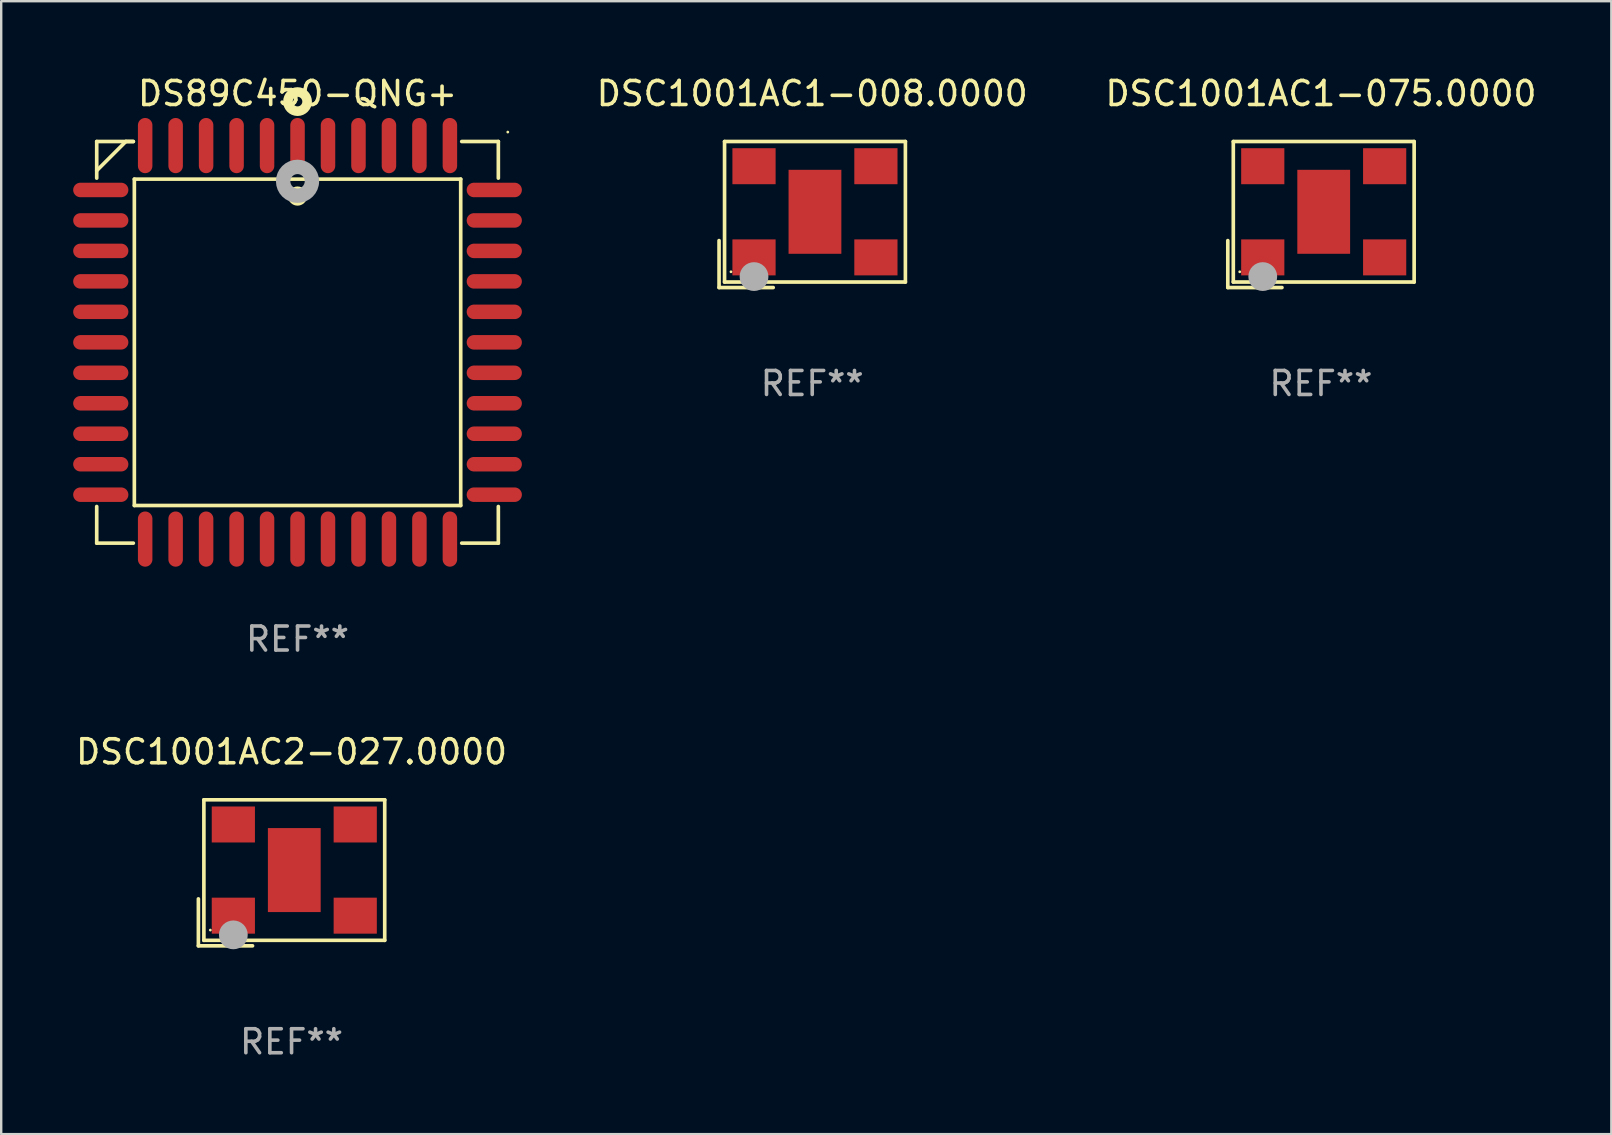
<source format=kicad_pcb>
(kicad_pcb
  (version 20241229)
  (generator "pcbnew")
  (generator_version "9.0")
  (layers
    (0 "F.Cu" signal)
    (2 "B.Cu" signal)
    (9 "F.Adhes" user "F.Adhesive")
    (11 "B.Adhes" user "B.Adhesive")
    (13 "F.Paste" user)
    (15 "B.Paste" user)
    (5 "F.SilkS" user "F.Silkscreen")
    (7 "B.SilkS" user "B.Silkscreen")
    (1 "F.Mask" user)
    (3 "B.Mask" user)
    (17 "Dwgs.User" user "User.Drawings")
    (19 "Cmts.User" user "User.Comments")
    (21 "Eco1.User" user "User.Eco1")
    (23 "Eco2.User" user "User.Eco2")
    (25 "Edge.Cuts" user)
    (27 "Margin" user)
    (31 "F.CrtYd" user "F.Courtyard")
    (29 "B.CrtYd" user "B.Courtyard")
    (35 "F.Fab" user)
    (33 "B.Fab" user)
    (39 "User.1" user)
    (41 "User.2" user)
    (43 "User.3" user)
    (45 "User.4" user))
  (footprint "DSC1001AC1-075.0000"
    (layer "F.Cu")
    (at 52.004 5.891)
    (property "Reference" "DSC1001AC1-075.0000" (at 0 -5.043 0) (layer "F.SilkS") (effects (font (size 1 1) (thickness 0.15))))
    (attr through_hole)
    (fp_line (start -3.883 1.086) (end -3.883 3.043) (stroke (width 0.152) (type solid)) (layer "F.SilkS"))
    (fp_line (start -3.883 3.043) (end -1.626 3.043) (stroke (width 0.152) (type solid)) (layer "F.SilkS"))
    (fp_line (start -3.654 -3.043) (end 3.883 -3.043) (stroke (width 0.152) (type solid)) (layer "F.SilkS"))
    (fp_line (start -3.654 2.814) (end -3.654 -3.043) (stroke (width 0.152) (type solid)) (layer "F.SilkS"))
    (fp_line (start 3.883 -3.043) (end 3.883 2.814) (stroke (width 0.152) (type solid)) (layer "F.SilkS"))
    (fp_line (start 3.883 2.814) (end -3.654 2.814) (stroke (width 0.152) (type solid)) (layer "F.SilkS"))
    (fp_circle (center -3.386 2.386) (end -3.356 2.386) (stroke (width 0.06) (type solid)) (fill no) (layer "F.SilkS"))
    (fp_circle (center -2.426 2.586) (end -2.126 2.586) (stroke (width 0.6) (type solid)) (fill no) (layer "F.Fab"))
    (fp_text user "REF**" (at 0 7.043 0) (layer "F.Fab") (effects (font (size 1 1) (thickness 0.15))))
    (pad "1" smd rect (at -2.426 1.786) (size 1.8 1.5) (layers "F.Cu" "F.Mask" "F.Paste"))
    (pad "2" smd rect (at 2.654 1.786) (size 1.8 1.5) (layers "F.Cu" "F.Mask" "F.Paste"))
    (pad "3" smd rect (at 2.654 -2.014) (size 1.8 1.5) (layers "F.Cu" "F.Mask" "F.Paste"))
    (pad "4" smd rect (at -2.426 -2.014) (size 1.8 1.5) (layers "F.Cu" "F.Mask" "F.Paste"))
    (pad "5" smd rect (at 0.114 -0.114) (size 2.2 3.5) (layers "F.Cu" "F.Mask" "F.Paste")))
  (footprint "DS89C450-QNG+"
    (layer "F.Cu")
    (at 9.35 11.217)
    (property "Reference" "DS89C450-QNG+" (at 0 -10.369 0) (layer "F.SilkS") (effects (font (size 1 1) (thickness 0.15))))
    (attr through_hole)
    (fp_line (start -8.369 -8.369) (end -8.369 -6.843) (stroke (width 0.152) (type solid)) (layer "F.SilkS"))
    (fp_line (start -8.369 8.369) (end -8.369 6.843) (stroke (width 0.152) (type solid)) (layer "F.SilkS"))
    (fp_line (start -7.156 -8.369) (end -8.369 -7.156) (stroke (width 0.152) (type solid)) (layer "F.SilkS"))
    (fp_line (start -6.843 -8.369) (end -8.369 -8.369) (stroke (width 0.152) (type solid)) (layer "F.SilkS"))
    (fp_line (start -6.843 -8.369) (end -7.156 -8.369) (stroke (width 0.152) (type solid)) (layer "F.SilkS"))
    (fp_line (start -6.843 8.369) (end -8.369 8.369) (stroke (width 0.152) (type solid)) (layer "F.SilkS"))
    (fp_line (start -6.801 -6.801) (end 6.801 -6.801) (stroke (width 0.152) (type solid)) (layer "F.SilkS"))
    (fp_line (start -6.801 6.801) (end -6.801 -6.801) (stroke (width 0.152) (type solid)) (layer "F.SilkS"))
    (fp_line (start 6.801 -6.801) (end 6.801 6.801) (stroke (width 0.152) (type solid)) (layer "F.SilkS"))
    (fp_line (start 6.801 6.801) (end -6.801 6.801) (stroke (width 0.152) (type solid)) (layer "F.SilkS"))
    (fp_line (start 6.843 -8.369) (end 8.369 -8.369) (stroke (width 0.152) (type solid)) (layer "F.SilkS"))
    (fp_line (start 6.843 8.369) (end 8.369 8.369) (stroke (width 0.152) (type solid)) (layer "F.SilkS"))
    (fp_line (start 8.369 -8.369) (end 8.369 -6.843) (stroke (width 0.152) (type solid)) (layer "F.SilkS"))
    (fp_line (start 8.369 8.369) (end 8.369 6.843) (stroke (width 0.152) (type solid)) (layer "F.SilkS"))
    (fp_circle (center -0.000013 -6.096) (end 0.2 -6.096) (stroke (width 0.4) (type solid)) (fill no) (layer "F.SilkS"))
    (fp_circle (center 0.000114 -10.033) (end 0.2 -10.033) (stroke (width 0.4) (type solid)) (fill no) (layer "F.SilkS"))
    (fp_circle (center 8.763 -8.763) (end 8.793 -8.763) (stroke (width 0.06) (type solid)) (fill no) (layer "F.SilkS"))
    (fp_circle (center 0.000114 -6.712) (end 0.3 -6.712) (stroke (width 0.6) (type solid)) (fill no) (layer "F.Fab"))
    (fp_text user "REF**" (at 0 12.369 0) (layer "F.Fab") (effects (font (size 1 1) (thickness 0.15))))
    (pad "1" smd oval (at 0.000114 -8.2) (size 0.604 2.3) (layers "F.Cu" "F.Mask" "F.Paste"))
    (pad "2" smd oval (at -1.27 -8.2) (size 0.604 2.3) (layers "F.Cu" "F.Mask" "F.Paste"))
    (pad "3" smd oval (at -2.54 -8.2) (size 0.604 2.3) (layers "F.Cu" "F.Mask" "F.Paste"))
    (pad "4" smd oval (at -3.81 -8.2) (size 0.604 2.3) (layers "F.Cu" "F.Mask" "F.Paste"))
    (pad "5" smd oval (at -5.08 -8.2) (size 0.604 2.3) (layers "F.Cu" "F.Mask" "F.Paste"))
    (pad "6" smd oval (at -6.35 -8.2) (size 0.604 2.3) (layers "F.Cu" "F.Mask" "F.Paste"))
    (pad "7" smd oval (at -8.2 -6.35) (size 2.3 0.604) (layers "F.Cu" "F.Mask" "F.Paste"))
    (pad "8" smd oval (at -8.2 -5.08) (size 2.3 0.604) (layers "F.Cu" "F.Mask" "F.Paste"))
    (pad "9" smd oval (at -8.2 -3.81) (size 2.3 0.604) (layers "F.Cu" "F.Mask" "F.Paste"))
    (pad "10" smd oval (at -8.2 -2.54) (size 2.3 0.604) (layers "F.Cu" "F.Mask" "F.Paste"))
    (pad "11" smd oval (at -8.2 -1.27) (size 2.3 0.604) (layers "F.Cu" "F.Mask" "F.Paste"))
    (pad "12" smd oval (at -8.2 0.000127) (size 2.3 0.604) (layers "F.Cu" "F.Mask" "F.Paste"))
    (pad "13" smd oval (at -8.2 1.27) (size 2.3 0.604) (layers "F.Cu" "F.Mask" "F.Paste"))
    (pad "14" smd oval (at -8.2 2.54) (size 2.3 0.604) (layers "F.Cu" "F.Mask" "F.Paste"))
    (pad "15" smd oval (at -8.2 3.81) (size 2.3 0.604) (layers "F.Cu" "F.Mask" "F.Paste"))
    (pad "16" smd oval (at -8.2 5.08) (size 2.3 0.604) (layers "F.Cu" "F.Mask" "F.Paste"))
    (pad "17" smd oval (at -8.2 6.35) (size 2.3 0.604) (layers "F.Cu" "F.Mask" "F.Paste"))
    (pad "18" smd oval (at -6.35 8.2) (size 0.604 2.3) (layers "F.Cu" "F.Mask" "F.Paste"))
    (pad "19" smd oval (at -5.08 8.2) (size 0.604 2.3) (layers "F.Cu" "F.Mask" "F.Paste"))
    (pad "20" smd oval (at -3.81 8.2) (size 0.604 2.3) (layers "F.Cu" "F.Mask" "F.Paste"))
    (pad "21" smd oval (at -2.54 8.2) (size 0.604 2.3) (layers "F.Cu" "F.Mask" "F.Paste"))
    (pad "22" smd oval (at -1.27 8.2) (size 0.604 2.3) (layers "F.Cu" "F.Mask" "F.Paste"))
    (pad "23" smd oval (at 0.000114 8.2) (size 0.604 2.3) (layers "F.Cu" "F.Mask" "F.Paste"))
    (pad "24" smd oval (at 1.27 8.2) (size 0.604 2.3) (layers "F.Cu" "F.Mask" "F.Paste"))
    (pad "25" smd oval (at 2.54 8.2) (size 0.604 2.3) (layers "F.Cu" "F.Mask" "F.Paste"))
    (pad "26" smd oval (at 3.81 8.2) (size 0.604 2.3) (layers "F.Cu" "F.Mask" "F.Paste"))
    (pad "27" smd oval (at 5.08 8.2) (size 0.604 2.3) (layers "F.Cu" "F.Mask" "F.Paste"))
    (pad "28" smd oval (at 6.35 8.2) (size 0.604 2.3) (layers "F.Cu" "F.Mask" "F.Paste"))
    (pad "29" smd oval (at 8.2 6.35) (size 2.3 0.604) (layers "F.Cu" "F.Mask" "F.Paste"))
    (pad "30" smd oval (at 8.2 5.08) (size 2.3 0.604) (layers "F.Cu" "F.Mask" "F.Paste"))
    (pad "31" smd oval (at 8.2 3.81) (size 2.3 0.604) (layers "F.Cu" "F.Mask" "F.Paste"))
    (pad "32" smd oval (at 8.2 2.54) (size 2.3 0.604) (layers "F.Cu" "F.Mask" "F.Paste"))
    (pad "33" smd oval (at 8.2 1.27) (size 2.3 0.604) (layers "F.Cu" "F.Mask" "F.Paste"))
    (pad "34" smd oval (at 8.2 0.000127) (size 2.3 0.604) (layers "F.Cu" "F.Mask" "F.Paste"))
    (pad "35" smd oval (at 8.2 -1.27) (size 2.3 0.604) (layers "F.Cu" "F.Mask" "F.Paste"))
    (pad "36" smd oval (at 8.2 -2.54) (size 2.3 0.604) (layers "F.Cu" "F.Mask" "F.Paste"))
    (pad "37" smd oval (at 8.2 -3.81) (size 2.3 0.604) (layers "F.Cu" "F.Mask" "F.Paste"))
    (pad "38" smd oval (at 8.2 -5.08) (size 2.3 0.604) (layers "F.Cu" "F.Mask" "F.Paste"))
    (pad "39" smd oval (at 8.2 -6.35) (size 2.3 0.604) (layers "F.Cu" "F.Mask" "F.Paste"))
    (pad "40" smd oval (at 6.35 -8.2) (size 0.604 2.3) (layers "F.Cu" "F.Mask" "F.Paste"))
    (pad "41" smd oval (at 5.08 -8.2) (size 0.604 2.3) (layers "F.Cu" "F.Mask" "F.Paste"))
    (pad "42" smd oval (at 3.81 -8.2) (size 0.604 2.3) (layers "F.Cu" "F.Mask" "F.Paste"))
    (pad "43" smd oval (at 2.54 -8.2) (size 0.604 2.3) (layers "F.Cu" "F.Mask" "F.Paste"))
    (pad "44" smd oval (at 1.27 -8.2) (size 0.604 2.3) (layers "F.Cu" "F.Mask" "F.Paste")))
  (footprint "DSC1001AC1-008.0000"
    (layer "F.Cu")
    (at 30.801 5.891)
    (property "Reference" "DSC1001AC1-008.0000" (at 0 -5.043 0) (layer "F.SilkS") (effects (font (size 1 1) (thickness 0.15))))
    (attr through_hole)
    (fp_line (start -3.883 1.086) (end -3.883 3.043) (stroke (width 0.152) (type solid)) (layer "F.SilkS"))
    (fp_line (start -3.883 3.043) (end -1.626 3.043) (stroke (width 0.152) (type solid)) (layer "F.SilkS"))
    (fp_line (start -3.654 -3.043) (end 3.883 -3.043) (stroke (width 0.152) (type solid)) (layer "F.SilkS"))
    (fp_line (start -3.654 2.814) (end -3.654 -3.043) (stroke (width 0.152) (type solid)) (layer "F.SilkS"))
    (fp_line (start 3.883 -3.043) (end 3.883 2.814) (stroke (width 0.152) (type solid)) (layer "F.SilkS"))
    (fp_line (start 3.883 2.814) (end -3.654 2.814) (stroke (width 0.152) (type solid)) (layer "F.SilkS"))
    (fp_circle (center -3.386 2.386) (end -3.356 2.386) (stroke (width 0.06) (type solid)) (fill no) (layer "F.SilkS"))
    (fp_circle (center -2.426 2.586) (end -2.126 2.586) (stroke (width 0.6) (type solid)) (fill no) (layer "F.Fab"))
    (fp_text user "REF**" (at 0 7.043 0) (layer "F.Fab") (effects (font (size 1 1) (thickness 0.15))))
    (pad "1" smd rect (at -2.426 1.786) (size 1.8 1.5) (layers "F.Cu" "F.Mask" "F.Paste"))
    (pad "2" smd rect (at 2.654 1.786) (size 1.8 1.5) (layers "F.Cu" "F.Mask" "F.Paste"))
    (pad "3" smd rect (at 2.654 -2.014) (size 1.8 1.5) (layers "F.Cu" "F.Mask" "F.Paste"))
    (pad "4" smd rect (at -2.426 -2.014) (size 1.8 1.5) (layers "F.Cu" "F.Mask" "F.Paste"))
    (pad "5" smd rect (at 0.114 -0.114) (size 2.2 3.5) (layers "F.Cu" "F.Mask" "F.Paste")))
  (footprint "DSC1001AC2-027.0000"
    (layer "F.Cu")
    (at 9.101 33.326)
    (property "Reference" "DSC1001AC2-027.0000" (at 0 -5.043 0) (layer "F.SilkS") (effects (font (size 1 1) (thickness 0.15))))
    (attr through_hole)
    (fp_line (start -3.883 1.086) (end -3.883 3.043) (stroke (width 0.152) (type solid)) (layer "F.SilkS"))
    (fp_line (start -3.883 3.043) (end -1.626 3.043) (stroke (width 0.152) (type solid)) (layer "F.SilkS"))
    (fp_line (start -3.654 -3.043) (end 3.883 -3.043) (stroke (width 0.152) (type solid)) (layer "F.SilkS"))
    (fp_line (start -3.654 2.814) (end -3.654 -3.043) (stroke (width 0.152) (type solid)) (layer "F.SilkS"))
    (fp_line (start 3.883 -3.043) (end 3.883 2.814) (stroke (width 0.152) (type solid)) (layer "F.SilkS"))
    (fp_line (start 3.883 2.814) (end -3.654 2.814) (stroke (width 0.152) (type solid)) (layer "F.SilkS"))
    (fp_circle (center -3.386 2.386) (end -3.356 2.386) (stroke (width 0.06) (type solid)) (fill no) (layer "F.SilkS"))
    (fp_circle (center -2.426 2.586) (end -2.126 2.586) (stroke (width 0.6) (type solid)) (fill no) (layer "F.Fab"))
    (fp_text user "REF**" (at 0 7.043 0) (layer "F.Fab") (effects (font (size 1 1) (thickness 0.15))))
    (pad "1" smd rect (at -2.426 1.786) (size 1.8 1.5) (layers "F.Cu" "F.Mask" "F.Paste"))
    (pad "2" smd rect (at 2.654 1.786) (size 1.8 1.5) (layers "F.Cu" "F.Mask" "F.Paste"))
    (pad "3" smd rect (at 2.654 -2.014) (size 1.8 1.5) (layers "F.Cu" "F.Mask" "F.Paste"))
    (pad "4" smd rect (at -2.426 -2.014) (size 1.8 1.5) (layers "F.Cu" "F.Mask" "F.Paste"))
    (pad "5" smd rect (at 0.114 -0.114) (size 2.2 3.5) (layers "F.Cu" "F.Mask" "F.Paste")))
  (gr_rect
    (start -3 -3)
    (end 64.105 44.217)
    (stroke (width 0.1) (type default))
    (fill no)
    (layer "Edge.Cuts")))
</source>
